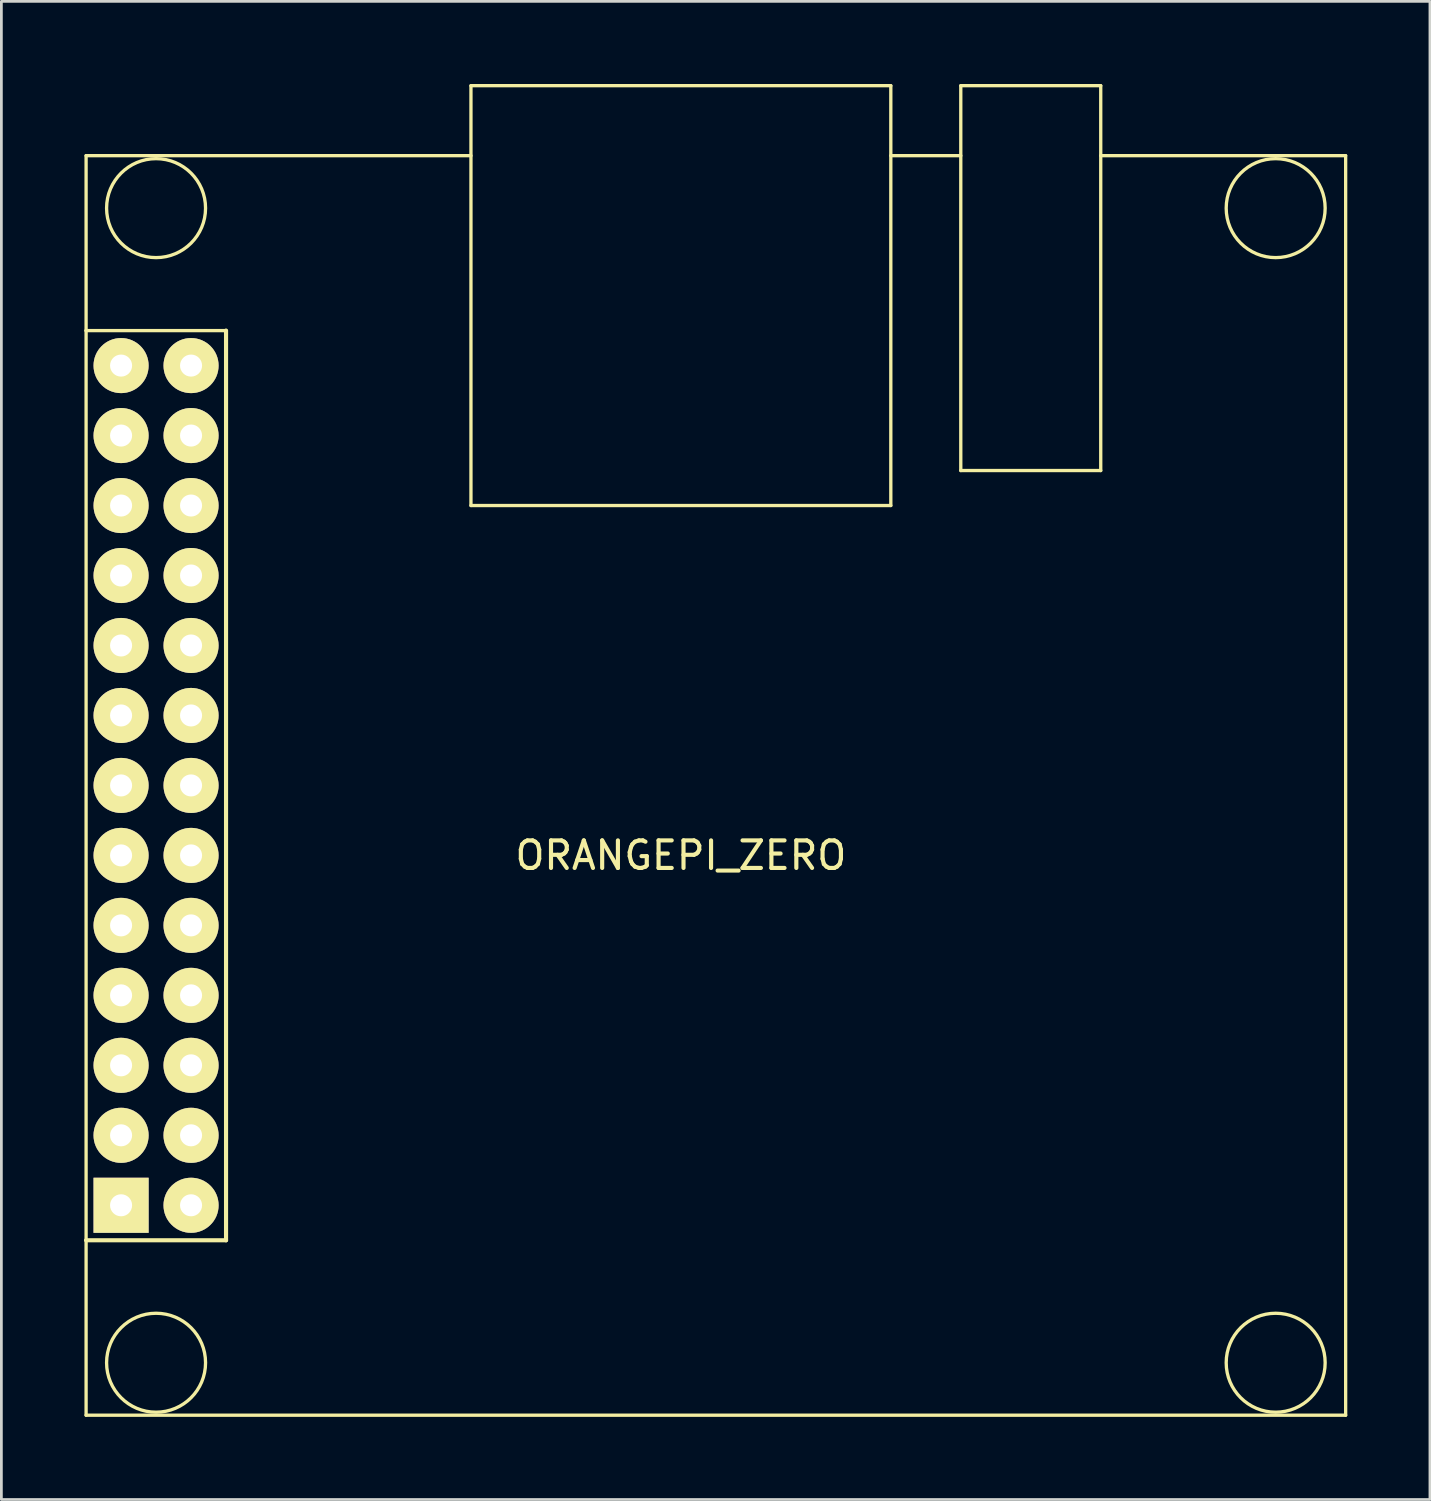
<source format=kicad_pcb>
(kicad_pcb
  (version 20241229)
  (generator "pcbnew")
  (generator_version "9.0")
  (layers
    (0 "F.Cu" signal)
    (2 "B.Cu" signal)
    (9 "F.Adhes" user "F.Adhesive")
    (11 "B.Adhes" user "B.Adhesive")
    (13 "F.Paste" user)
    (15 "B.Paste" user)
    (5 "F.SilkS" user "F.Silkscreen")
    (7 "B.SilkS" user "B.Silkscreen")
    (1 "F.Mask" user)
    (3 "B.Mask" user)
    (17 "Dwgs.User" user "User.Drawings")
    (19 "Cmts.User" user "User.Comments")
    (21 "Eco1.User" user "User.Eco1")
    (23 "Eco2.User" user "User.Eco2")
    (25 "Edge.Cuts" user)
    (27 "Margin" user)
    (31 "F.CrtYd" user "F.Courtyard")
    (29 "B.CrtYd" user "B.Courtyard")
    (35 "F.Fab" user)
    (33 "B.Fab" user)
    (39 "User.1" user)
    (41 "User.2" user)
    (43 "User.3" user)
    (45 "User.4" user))
  (footprint "ORANGEPI_ZERO"
    (layer "F.Cu")
    (at 21.665 25.46)
    (property "Reference" "ORANGEPI_ZERO" (at 0 2.54 0) (layer "F.SilkS") (effects (font (size 1 1) (thickness 0.15))))
    (attr through_hole)
    (fp_line (start -21.59 -22.86) (end -21.59 -16.51) (stroke (width 0.12) (type solid)) (layer "F.SilkS"))
    (fp_line (start -21.59 -22.86) (end -7.62 -22.86) (stroke (width 0.12) (type solid)) (layer "F.SilkS"))
    (fp_line (start -21.59 -16.51) (end -21.59 16.51) (stroke (width 0.12) (type solid)) (layer "F.SilkS"))
    (fp_line (start -21.59 16.51) (end -21.59 22.86) (stroke (width 0.12) (type solid)) (layer "F.SilkS"))
    (fp_line (start -21.59 22.86) (end 24.13 22.86) (stroke (width 0.12) (type solid)) (layer "F.SilkS"))
    (fp_line (start -16.51 -16.51) (end -21.59 -16.51) (stroke (width 0.12) (type solid)) (layer "F.SilkS"))
    (fp_line (start -16.51 -16.51) (end -16.51 16.51) (stroke (width 0.15) (type solid)) (layer "F.SilkS"))
    (fp_line (start -16.51 16.51) (end -21.59 16.51) (stroke (width 0.15) (type solid)) (layer "F.SilkS"))
    (fp_line (start -7.62 -25.4) (end -7.62 -10.16) (stroke (width 0.12) (type solid)) (layer "F.SilkS"))
    (fp_line (start -7.62 -25.4) (end 7.62 -25.4) (stroke (width 0.12) (type solid)) (layer "F.SilkS"))
    (fp_line (start -7.62 -10.16) (end 7.62 -10.16) (stroke (width 0.12) (type solid)) (layer "F.SilkS"))
    (fp_line (start 7.62 -25.4) (end 7.62 -10.16) (stroke (width 0.12) (type solid)) (layer "F.SilkS"))
    (fp_line (start 7.62 -22.86) (end 10.16 -22.86) (stroke (width 0.12) (type solid)) (layer "F.SilkS"))
    (fp_line (start 10.16 -25.4) (end 10.16 -11.43) (stroke (width 0.12) (type solid)) (layer "F.SilkS"))
    (fp_line (start 10.16 -25.4) (end 15.24 -25.4) (stroke (width 0.12) (type solid)) (layer "F.SilkS"))
    (fp_line (start 10.16 -11.43) (end 15.24 -11.43) (stroke (width 0.12) (type solid)) (layer "F.SilkS"))
    (fp_line (start 15.24 -25.4) (end 15.24 -11.43) (stroke (width 0.12) (type solid)) (layer "F.SilkS"))
    (fp_line (start 15.24 -22.86) (end 24.13 -22.86) (stroke (width 0.12) (type solid)) (layer "F.SilkS"))
    (fp_line (start 24.13 -22.86) (end 24.13 22.86) (stroke (width 0.12) (type solid)) (layer "F.SilkS"))
    (fp_circle (center -19.05 -20.955) (end -17.78 -19.685) (stroke (width 0.12) (type solid)) (fill no) (layer "F.SilkS"))
    (fp_circle (center -19.05 20.955) (end -17.78 22.225) (stroke (width 0.12) (type solid)) (fill no) (layer "F.SilkS"))
    (fp_circle (center 21.59 -20.955) (end 22.86 -19.685) (stroke (width 0.12) (type solid)) (fill no) (layer "F.SilkS"))
    (fp_circle (center 21.59 20.955) (end 20.32 22.225) (stroke (width 0.12) (type solid)) (fill no) (layer "F.SilkS"))
    (pad "1" thru_hole rect (at -20.32 15.24 90) (size 2 2) (drill 0.8) (layers "*.Cu" "*.Mask" "F.SilkS"))
    (pad "2" thru_hole circle (at -17.78 15.24 90) (size 2 2) (drill 0.8) (layers "*.Cu" "*.Mask" "F.SilkS"))
    (pad "3" thru_hole circle (at -20.32 12.7 90) (size 2 2) (drill 0.8) (layers "*.Cu" "*.Mask" "F.SilkS"))
    (pad "4" thru_hole circle (at -17.78 12.7 90) (size 2 2) (drill 0.8) (layers "*.Cu" "*.Mask" "F.SilkS"))
    (pad "5" thru_hole circle (at -20.32 10.16 90) (size 2 2) (drill 0.8) (layers "*.Cu" "*.Mask" "F.SilkS"))
    (pad "6" thru_hole circle (at -17.78 10.16 90) (size 2 2) (drill 0.8) (layers "*.Cu" "*.Mask" "F.SilkS"))
    (pad "7" thru_hole circle (at -20.32 7.62 90) (size 2 2) (drill 0.8) (layers "*.Cu" "*.Mask" "F.SilkS"))
    (pad "8" thru_hole circle (at -17.78 7.62 90) (size 2 2) (drill 0.8) (layers "*.Cu" "*.Mask" "F.SilkS"))
    (pad "9" thru_hole circle (at -20.32 5.08 90) (size 2 2) (drill 0.8) (layers "*.Cu" "*.Mask" "F.SilkS"))
    (pad "10" thru_hole circle (at -17.78 5.08 90) (size 2 2) (drill 0.8) (layers "*.Cu" "*.Mask" "F.SilkS"))
    (pad "11" thru_hole circle (at -20.32 2.54 90) (size 1.999 1.999) (drill 0.8) (layers "*.Cu" "*.Mask" "F.SilkS"))
    (pad "12" thru_hole circle (at -17.78 2.54 90) (size 1.999 1.999) (drill 0.8) (layers "*.Cu" "*.Mask" "F.SilkS"))
    (pad "13" thru_hole circle (at -20.32 0 90) (size 1.999 1.999) (drill 0.8) (layers "*.Cu" "*.Mask" "F.SilkS"))
    (pad "14" thru_hole circle (at -17.78 0 90) (size 1.999 1.999) (drill 0.8) (layers "*.Cu" "*.Mask" "F.SilkS"))
    (pad "15" thru_hole circle (at -20.32 -2.54 90) (size 1.999 1.999) (drill 0.8) (layers "*.Cu" "*.Mask" "F.SilkS"))
    (pad "16" thru_hole circle (at -17.78 -2.54 90) (size 1.999 1.999) (drill 0.8) (layers "*.Cu" "*.Mask" "F.SilkS"))
    (pad "17" thru_hole circle (at -20.32 -5.08 180) (size 1.999 1.999) (drill 0.8) (layers "*.Cu" "*.Mask" "F.SilkS"))
    (pad "18" thru_hole circle (at -17.78 -5.08 90) (size 1.999 1.999) (drill 0.8) (layers "*.Cu" "*.Mask" "F.SilkS"))
    (pad "19" thru_hole circle (at -20.32 -7.62 90) (size 1.999 1.999) (drill 0.8) (layers "*.Cu" "*.Mask" "F.SilkS"))
    (pad "20" thru_hole circle (at -17.78 -7.62 90) (size 1.999 1.999) (drill 0.8) (layers "*.Cu" "*.Mask" "F.SilkS"))
    (pad "21" thru_hole circle (at -20.32 -10.16 90) (size 1.999 1.999) (drill 0.8) (layers "*.Cu" "*.Mask" "F.SilkS"))
    (pad "22" thru_hole circle (at -17.78 -10.16 90) (size 1.999 1.999) (drill 0.8) (layers "*.Cu" "*.Mask" "F.SilkS"))
    (pad "23" thru_hole circle (at -20.32 -12.7 90) (size 1.999 1.999) (drill 0.8) (layers "*.Cu" "*.Mask" "F.SilkS"))
    (pad "24" thru_hole circle (at -17.78 -12.7 90) (size 1.999 1.999) (drill 0.8) (layers "*.Cu" "*.Mask" "F.SilkS"))
    (pad "25" thru_hole circle (at -20.32 -15.24 90) (size 1.999 1.999) (drill 0.8) (layers "*.Cu" "*.Mask" "F.SilkS"))
    (pad "26" thru_hole circle (at -17.78 -15.24 90) (size 1.999 1.999) (drill 0.8) (layers "*.Cu" "*.Mask" "F.SilkS")))
  (gr_rect
    (start -3 -3)
    (end 48.855 51.38)
    (stroke (width 0.1) (type default))
    (fill no)
    (layer "Edge.Cuts")))
</source>
